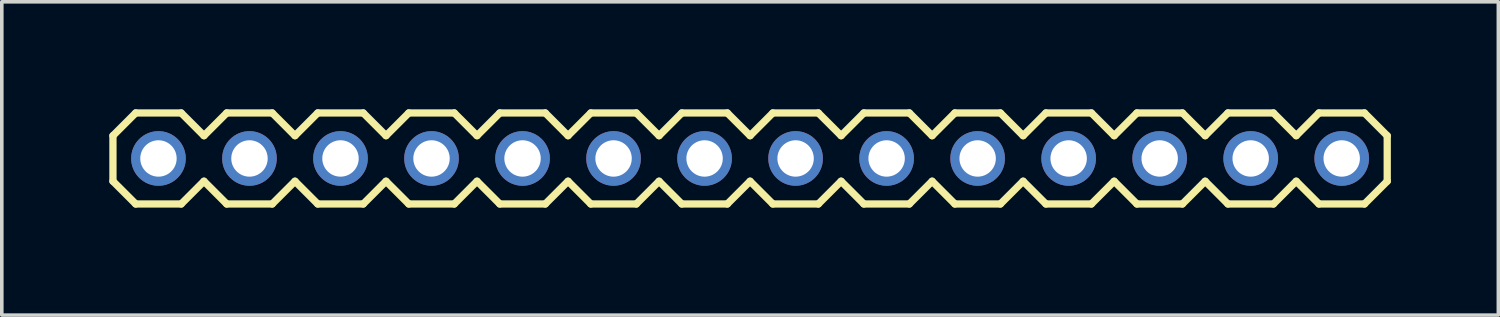
<source format=kicad_pcb>
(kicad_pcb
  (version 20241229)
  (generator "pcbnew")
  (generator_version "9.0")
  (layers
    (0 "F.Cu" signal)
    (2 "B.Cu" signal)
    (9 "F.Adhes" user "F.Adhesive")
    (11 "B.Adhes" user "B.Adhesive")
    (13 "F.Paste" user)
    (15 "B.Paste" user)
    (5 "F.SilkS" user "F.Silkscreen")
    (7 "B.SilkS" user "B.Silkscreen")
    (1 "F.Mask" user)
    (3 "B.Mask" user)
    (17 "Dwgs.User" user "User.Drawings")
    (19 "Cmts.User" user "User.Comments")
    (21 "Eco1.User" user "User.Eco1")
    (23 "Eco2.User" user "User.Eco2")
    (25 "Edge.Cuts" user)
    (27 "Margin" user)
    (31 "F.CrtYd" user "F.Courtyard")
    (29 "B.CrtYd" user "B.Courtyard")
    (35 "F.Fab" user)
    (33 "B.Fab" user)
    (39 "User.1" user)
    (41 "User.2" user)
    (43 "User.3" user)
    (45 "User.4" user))
  (footprint "1X14"
    (layer "F.Cu")
    (at 1.372 1.372)
    (property "Reference" "1X14" (at 0 0 0) (layer "Eco1.User") (effects (font (size 0.6 0.6) (thickness 0.1))))
    (attr through_hole)
    (fp_line (start -1.27 -0.635) (end -1.27 0.635) (stroke (width 0.203) (type solid)) (layer "F.SilkS"))
    (fp_line (start -1.27 0.635) (end -0.635 1.27) (stroke (width 0.203) (type solid)) (layer "F.SilkS"))
    (fp_line (start -0.635 -1.27) (end -1.27 -0.635) (stroke (width 0.203) (type solid)) (layer "F.SilkS"))
    (fp_line (start -0.635 -1.27) (end 0.635 -1.27) (stroke (width 0.203) (type solid)) (layer "F.SilkS"))
    (fp_line (start 0.635 -1.27) (end 1.27 -0.635) (stroke (width 0.203) (type solid)) (layer "F.SilkS"))
    (fp_line (start 0.635 1.27) (end -0.635 1.27) (stroke (width 0.203) (type solid)) (layer "F.SilkS"))
    (fp_line (start 1.27 -0.635) (end 1.905 -1.27) (stroke (width 0.203) (type solid)) (layer "F.SilkS"))
    (fp_line (start 1.27 0.635) (end 0.635 1.27) (stroke (width 0.203) (type solid)) (layer "F.SilkS"))
    (fp_line (start 1.905 -1.27) (end 3.175 -1.27) (stroke (width 0.203) (type solid)) (layer "F.SilkS"))
    (fp_line (start 1.905 1.27) (end 1.27 0.635) (stroke (width 0.203) (type solid)) (layer "F.SilkS"))
    (fp_line (start 3.175 -1.27) (end 3.81 -0.635) (stroke (width 0.203) (type solid)) (layer "F.SilkS"))
    (fp_line (start 3.175 1.27) (end 1.905 1.27) (stroke (width 0.203) (type solid)) (layer "F.SilkS"))
    (fp_line (start 3.81 -0.635) (end 4.445 -1.27) (stroke (width 0.203) (type solid)) (layer "F.SilkS"))
    (fp_line (start 3.81 0.635) (end 3.175 1.27) (stroke (width 0.203) (type solid)) (layer "F.SilkS"))
    (fp_line (start 4.445 -1.27) (end 5.715 -1.27) (stroke (width 0.203) (type solid)) (layer "F.SilkS"))
    (fp_line (start 4.445 1.27) (end 3.81 0.635) (stroke (width 0.203) (type solid)) (layer "F.SilkS"))
    (fp_line (start 5.715 -1.27) (end 6.35 -0.635) (stroke (width 0.203) (type solid)) (layer "F.SilkS"))
    (fp_line (start 5.715 1.27) (end 4.445 1.27) (stroke (width 0.203) (type solid)) (layer "F.SilkS"))
    (fp_line (start 6.35 0.635) (end 5.715 1.27) (stroke (width 0.203) (type solid)) (layer "F.SilkS"))
    (fp_line (start 6.35 0.635) (end 6.985 1.27) (stroke (width 0.203) (type solid)) (layer "F.SilkS"))
    (fp_line (start 6.985 -1.27) (end 6.35 -0.635) (stroke (width 0.203) (type solid)) (layer "F.SilkS"))
    (fp_line (start 6.985 -1.27) (end 8.255 -1.27) (stroke (width 0.203) (type solid)) (layer "F.SilkS"))
    (fp_line (start 8.255 -1.27) (end 8.89 -0.635) (stroke (width 0.203) (type solid)) (layer "F.SilkS"))
    (fp_line (start 8.255 1.27) (end 6.985 1.27) (stroke (width 0.203) (type solid)) (layer "F.SilkS"))
    (fp_line (start 8.89 -0.635) (end 9.525 -1.27) (stroke (width 0.203) (type solid)) (layer "F.SilkS"))
    (fp_line (start 8.89 0.635) (end 8.255 1.27) (stroke (width 0.203) (type solid)) (layer "F.SilkS"))
    (fp_line (start 9.525 -1.27) (end 10.795 -1.27) (stroke (width 0.203) (type solid)) (layer "F.SilkS"))
    (fp_line (start 9.525 1.27) (end 8.89 0.635) (stroke (width 0.203) (type solid)) (layer "F.SilkS"))
    (fp_line (start 10.795 -1.27) (end 11.43 -0.635) (stroke (width 0.203) (type solid)) (layer "F.SilkS"))
    (fp_line (start 10.795 1.27) (end 9.525 1.27) (stroke (width 0.203) (type solid)) (layer "F.SilkS"))
    (fp_line (start 11.43 -0.635) (end 12.065 -1.27) (stroke (width 0.203) (type solid)) (layer "F.SilkS"))
    (fp_line (start 11.43 0.635) (end 10.795 1.27) (stroke (width 0.203) (type solid)) (layer "F.SilkS"))
    (fp_line (start 12.065 -1.27) (end 13.335 -1.27) (stroke (width 0.203) (type solid)) (layer "F.SilkS"))
    (fp_line (start 12.065 1.27) (end 11.43 0.635) (stroke (width 0.203) (type solid)) (layer "F.SilkS"))
    (fp_line (start 13.335 -1.27) (end 13.97 -0.635) (stroke (width 0.203) (type solid)) (layer "F.SilkS"))
    (fp_line (start 13.335 1.27) (end 12.065 1.27) (stroke (width 0.203) (type solid)) (layer "F.SilkS"))
    (fp_line (start 13.97 0.635) (end 13.335 1.27) (stroke (width 0.203) (type solid)) (layer "F.SilkS"))
    (fp_line (start 13.97 0.635) (end 14.605 1.27) (stroke (width 0.203) (type solid)) (layer "F.SilkS"))
    (fp_line (start 14.605 -1.27) (end 13.97 -0.635) (stroke (width 0.203) (type solid)) (layer "F.SilkS"))
    (fp_line (start 14.605 -1.27) (end 15.875 -1.27) (stroke (width 0.203) (type solid)) (layer "F.SilkS"))
    (fp_line (start 15.875 -1.27) (end 16.51 -0.635) (stroke (width 0.203) (type solid)) (layer "F.SilkS"))
    (fp_line (start 15.875 1.27) (end 14.605 1.27) (stroke (width 0.203) (type solid)) (layer "F.SilkS"))
    (fp_line (start 16.51 0.635) (end 15.875 1.27) (stroke (width 0.203) (type solid)) (layer "F.SilkS"))
    (fp_line (start 16.51 0.635) (end 17.145 1.27) (stroke (width 0.203) (type solid)) (layer "F.SilkS"))
    (fp_line (start 17.145 -1.27) (end 16.51 -0.635) (stroke (width 0.203) (type solid)) (layer "F.SilkS"))
    (fp_line (start 17.145 -1.27) (end 18.415 -1.27) (stroke (width 0.203) (type solid)) (layer "F.SilkS"))
    (fp_line (start 18.415 -1.27) (end 19.05 -0.635) (stroke (width 0.203) (type solid)) (layer "F.SilkS"))
    (fp_line (start 18.415 1.27) (end 17.145 1.27) (stroke (width 0.203) (type solid)) (layer "F.SilkS"))
    (fp_line (start 19.05 -0.635) (end 19.685 -1.27) (stroke (width 0.203) (type solid)) (layer "F.SilkS"))
    (fp_line (start 19.05 0.635) (end 18.415 1.27) (stroke (width 0.203) (type solid)) (layer "F.SilkS"))
    (fp_line (start 19.685 -1.27) (end 20.955 -1.27) (stroke (width 0.203) (type solid)) (layer "F.SilkS"))
    (fp_line (start 19.685 1.27) (end 19.05 0.635) (stroke (width 0.203) (type solid)) (layer "F.SilkS"))
    (fp_line (start 20.955 -1.27) (end 21.59 -0.635) (stroke (width 0.203) (type solid)) (layer "F.SilkS"))
    (fp_line (start 20.955 1.27) (end 19.685 1.27) (stroke (width 0.203) (type solid)) (layer "F.SilkS"))
    (fp_line (start 21.59 -0.635) (end 22.225 -1.27) (stroke (width 0.203) (type solid)) (layer "F.SilkS"))
    (fp_line (start 21.59 0.635) (end 20.955 1.27) (stroke (width 0.203) (type solid)) (layer "F.SilkS"))
    (fp_line (start 22.225 -1.27) (end 23.495 -1.27) (stroke (width 0.203) (type solid)) (layer "F.SilkS"))
    (fp_line (start 22.225 1.27) (end 21.59 0.635) (stroke (width 0.203) (type solid)) (layer "F.SilkS"))
    (fp_line (start 23.495 -1.27) (end 24.13 -0.635) (stroke (width 0.203) (type solid)) (layer "F.SilkS"))
    (fp_line (start 23.495 1.27) (end 22.225 1.27) (stroke (width 0.203) (type solid)) (layer "F.SilkS"))
    (fp_line (start 24.13 0.635) (end 23.495 1.27) (stroke (width 0.203) (type solid)) (layer "F.SilkS"))
    (fp_line (start 24.13 0.635) (end 24.765 1.27) (stroke (width 0.203) (type solid)) (layer "F.SilkS"))
    (fp_line (start 24.765 -1.27) (end 24.13 -0.635) (stroke (width 0.203) (type solid)) (layer "F.SilkS"))
    (fp_line (start 24.765 -1.27) (end 26.035 -1.27) (stroke (width 0.203) (type solid)) (layer "F.SilkS"))
    (fp_line (start 26.035 -1.27) (end 26.67 -0.635) (stroke (width 0.203) (type solid)) (layer "F.SilkS"))
    (fp_line (start 26.035 1.27) (end 24.765 1.27) (stroke (width 0.203) (type solid)) (layer "F.SilkS"))
    (fp_line (start 26.67 -0.635) (end 27.305 -1.27) (stroke (width 0.203) (type solid)) (layer "F.SilkS"))
    (fp_line (start 26.67 0.635) (end 26.035 1.27) (stroke (width 0.203) (type solid)) (layer "F.SilkS"))
    (fp_line (start 27.305 -1.27) (end 28.575 -1.27) (stroke (width 0.203) (type solid)) (layer "F.SilkS"))
    (fp_line (start 27.305 1.27) (end 26.67 0.635) (stroke (width 0.203) (type solid)) (layer "F.SilkS"))
    (fp_line (start 28.575 -1.27) (end 29.21 -0.635) (stroke (width 0.203) (type solid)) (layer "F.SilkS"))
    (fp_line (start 28.575 1.27) (end 27.305 1.27) (stroke (width 0.203) (type solid)) (layer "F.SilkS"))
    (fp_line (start 29.21 -0.635) (end 29.845 -1.27) (stroke (width 0.203) (type solid)) (layer "F.SilkS"))
    (fp_line (start 29.21 0.635) (end 28.575 1.27) (stroke (width 0.203) (type solid)) (layer "F.SilkS"))
    (fp_line (start 29.845 -1.27) (end 31.115 -1.27) (stroke (width 0.203) (type solid)) (layer "F.SilkS"))
    (fp_line (start 29.845 1.27) (end 29.21 0.635) (stroke (width 0.203) (type solid)) (layer "F.SilkS"))
    (fp_line (start 31.115 -1.27) (end 31.75 -0.635) (stroke (width 0.203) (type solid)) (layer "F.SilkS"))
    (fp_line (start 31.115 1.27) (end 29.845 1.27) (stroke (width 0.203) (type solid)) (layer "F.SilkS"))
    (fp_line (start 31.75 0.635) (end 31.115 1.27) (stroke (width 0.203) (type solid)) (layer "F.SilkS"))
    (fp_line (start 31.75 0.635) (end 32.385 1.27) (stroke (width 0.203) (type solid)) (layer "F.SilkS"))
    (fp_line (start 32.385 -1.27) (end 31.75 -0.635) (stroke (width 0.203) (type solid)) (layer "F.SilkS"))
    (fp_line (start 32.385 -1.27) (end 33.655 -1.27) (stroke (width 0.203) (type solid)) (layer "F.SilkS"))
    (fp_line (start 33.655 -1.27) (end 34.29 -0.635) (stroke (width 0.203) (type solid)) (layer "F.SilkS"))
    (fp_line (start 33.655 1.27) (end 32.385 1.27) (stroke (width 0.203) (type solid)) (layer "F.SilkS"))
    (fp_line (start 34.29 -0.635) (end 34.29 0.635) (stroke (width 0.203) (type solid)) (layer "F.SilkS"))
    (fp_line (start 34.29 0.635) (end 33.655 1.27) (stroke (width 0.203) (type solid)) (layer "F.SilkS"))
    (pad "1" thru_hole oval (at 0 0 90) (size 1.524 1.524) (drill 1.016) (layers "*.Cu" "*.Mask"))
    (pad "2" thru_hole oval (at 2.54 0 90) (size 1.524 1.524) (drill 1.016) (layers "*.Cu" "*.Mask"))
    (pad "3" thru_hole oval (at 5.08 0 90) (size 1.524 1.524) (drill 1.016) (layers "*.Cu" "*.Mask"))
    (pad "4" thru_hole oval (at 7.62 0 90) (size 1.524 1.524) (drill 1.016) (layers "*.Cu" "*.Mask"))
    (pad "5" thru_hole oval (at 10.16 0 90) (size 1.524 1.524) (drill 1.016) (layers "*.Cu" "*.Mask"))
    (pad "6" thru_hole oval (at 12.7 0 90) (size 1.524 1.524) (drill 1.016) (layers "*.Cu" "*.Mask"))
    (pad "7" thru_hole oval (at 15.24 0 90) (size 1.524 1.524) (drill 1.016) (layers "*.Cu" "*.Mask"))
    (pad "8" thru_hole oval (at 17.78 0 90) (size 1.524 1.524) (drill 1.016) (layers "*.Cu" "*.Mask"))
    (pad "9" thru_hole oval (at 20.32 0 90) (size 1.524 1.524) (drill 1.016) (layers "*.Cu" "*.Mask"))
    (pad "10" thru_hole oval (at 22.86 0 90) (size 1.524 1.524) (drill 1.016) (layers "*.Cu" "*.Mask"))
    (pad "11" thru_hole oval (at 25.4 0 90) (size 1.524 1.524) (drill 1.016) (layers "*.Cu" "*.Mask"))
    (pad "12" thru_hole oval (at 27.94 0 90) (size 1.524 1.524) (drill 1.016) (layers "*.Cu" "*.Mask"))
    (pad "13" thru_hole oval (at 30.48 0 90) (size 1.524 1.524) (drill 1.016) (layers "*.Cu" "*.Mask"))
    (pad "14" thru_hole oval (at 33.02 0 90) (size 1.524 1.524) (drill 1.016) (layers "*.Cu" "*.Mask")))
  (gr_rect
    (start -3 -3)
    (end 38.763 5.743)
    (stroke (width 0.1) (type default))
    (fill no)
    (layer "Edge.Cuts")))
</source>
